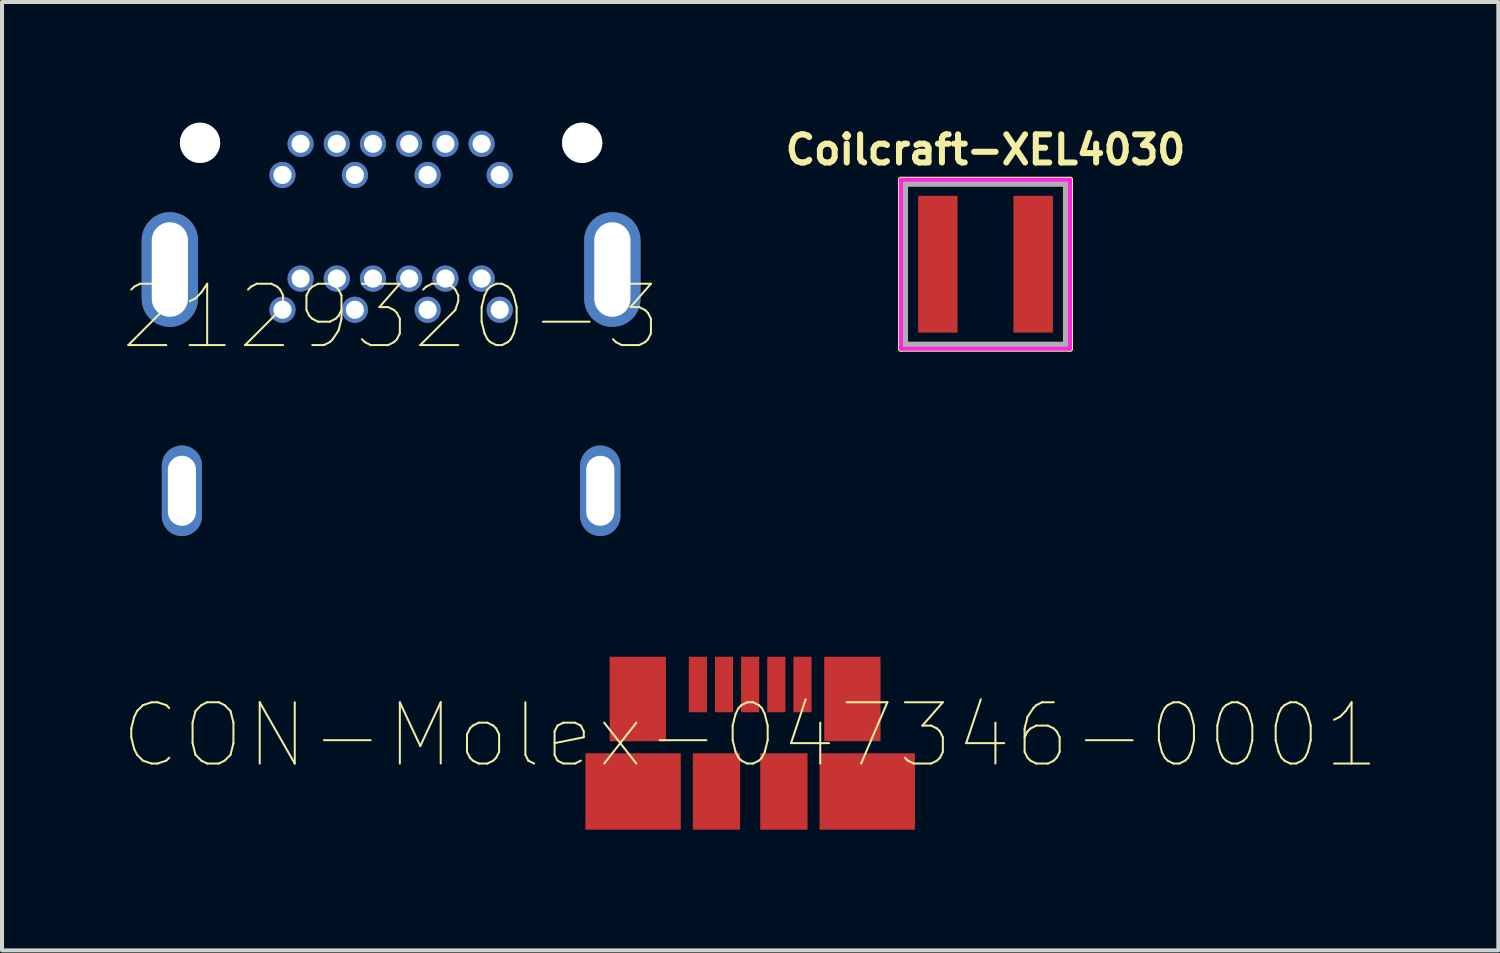
<source format=kicad_pcb>
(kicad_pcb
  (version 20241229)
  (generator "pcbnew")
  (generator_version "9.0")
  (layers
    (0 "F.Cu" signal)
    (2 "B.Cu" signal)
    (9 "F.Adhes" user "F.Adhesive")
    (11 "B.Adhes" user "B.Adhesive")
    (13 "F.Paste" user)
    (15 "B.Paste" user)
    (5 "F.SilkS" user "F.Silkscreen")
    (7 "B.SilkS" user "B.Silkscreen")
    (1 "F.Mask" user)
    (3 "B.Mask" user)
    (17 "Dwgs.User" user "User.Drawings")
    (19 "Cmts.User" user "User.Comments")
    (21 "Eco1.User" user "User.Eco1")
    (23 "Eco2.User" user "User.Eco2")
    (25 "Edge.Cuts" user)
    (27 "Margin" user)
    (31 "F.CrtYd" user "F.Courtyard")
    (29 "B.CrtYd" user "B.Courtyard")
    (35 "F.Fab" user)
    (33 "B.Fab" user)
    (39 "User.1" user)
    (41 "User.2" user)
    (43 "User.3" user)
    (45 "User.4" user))
  (footprint "2129320-3"
    (layer "F.Cu")
    (at 6.672 4.825)
    (property "Reference" "2129320-3" (at 0 0 0) (layer "F.SilkS") (effects (font (size 1.524 1.524) (thickness 0.05))))
    (attr through_hole)
    (pad "1" thru_hole circle (at -2.7 -0.175) (size 0.65 0.65) (drill 0.45) (layers "*.Cu" "*.Mask"))
    (pad "2" thru_hole circle (at -2.7 -3.525) (size 0.65 0.65) (drill 0.45) (layers "*.Cu" "*.Mask"))
    (pad "3" thru_hole circle (at -2.25 -0.95) (size 0.65 0.65) (drill 0.45) (layers "*.Cu" "*.Mask"))
    (pad "4" thru_hole circle (at -2.25 -4.3 90) (size 0.65 0.65) (drill 0.45) (layers "*.Cu" "*.Mask"))
    (pad "5" thru_hole circle (at -1.35 -0.95) (size 0.65 0.65) (drill 0.45) (layers "*.Cu" "*.Mask"))
    (pad "6" thru_hole circle (at -1.35 -4.3) (size 0.65 0.65) (drill 0.45) (layers "*.Cu" "*.Mask"))
    (pad "7" thru_hole circle (at -0.9 -0.175) (size 0.65 0.65) (drill 0.45) (layers "*.Cu" "*.Mask"))
    (pad "8" thru_hole circle (at -0.9 -3.525) (size 0.65 0.65) (drill 0.45) (layers "*.Cu" "*.Mask"))
    (pad "9" thru_hole circle (at -0.45 -0.95) (size 0.65 0.65) (drill 0.45) (layers "*.Cu" "*.Mask"))
    (pad "10" thru_hole circle (at -0.45 -4.3) (size 0.65 0.65) (drill 0.45) (layers "*.Cu" "*.Mask"))
    (pad "11" thru_hole circle (at 0.45 -0.95) (size 0.65 0.65) (drill 0.45) (layers "*.Cu" "*.Mask"))
    (pad "12" thru_hole circle (at 0.45 -4.3) (size 0.65 0.65) (drill 0.45) (layers "*.Cu" "*.Mask"))
    (pad "13" thru_hole circle (at 0.908 -0.175) (size 0.65 0.65) (drill 0.45) (layers "*.Cu" "*.Mask"))
    (pad "14" thru_hole circle (at 0.908 -3.525) (size 0.65 0.65) (drill 0.45) (layers "*.Cu" "*.Mask"))
    (pad "15" thru_hole circle (at 1.35 -0.95) (size 0.65 0.65) (drill 0.45) (layers "*.Cu" "*.Mask"))
    (pad "16" thru_hole circle (at 1.35 -4.3) (size 0.65 0.65) (drill 0.45) (layers "*.Cu" "*.Mask"))
    (pad "17" thru_hole circle (at 2.25 -0.95) (size 0.65 0.65) (drill 0.45) (layers "*.Cu" "*.Mask"))
    (pad "18" thru_hole circle (at 2.25 -4.3) (size 0.65 0.65) (drill 0.45) (layers "*.Cu" "*.Mask"))
    (pad "19" thru_hole circle (at 2.7 -0.175) (size 0.65 0.65) (drill 0.45) (layers "*.Cu" "*.Mask"))
    (pad "20" thru_hole circle (at 2.7 -3.525) (size 0.65 0.65) (drill 0.45) (layers "*.Cu" "*.Mask"))
    (pad "21" thru_hole oval (at -5.5 -1.175 90) (size 2.85 1.4) (drill oval 2.35 0.9) (layers "*.Cu" "*.Mask"))
    (pad "22" thru_hole oval (at -5.2 4.325 90) (size 2.25 1) (drill oval 1.74 0.7) (layers "*.Cu" "*.Mask"))
    (pad "23" thru_hole oval (at 5.2 4.325 90) (size 2.25 1) (drill oval 1.74 0.7) (layers "*.Cu" "*.Mask"))
    (pad "24" thru_hole oval (at 5.5 -1.175 90) (size 2.85 1.4) (drill oval 2.35 0.9) (layers "*.Cu" "*.Mask"))
    (pad "M" thru_hole circle (at -4.75 -4.325) (size 1 1) (drill 1) (layers "*.Cu" "*.Mask"))
    (pad "M" thru_hole circle (at 4.75 -4.325) (size 1 1) (drill 1) (layers "*.Cu" "*.Mask")))
  (footprint "Coilcraft-XEL4030"
    (layer "F.Cu")
    (at 21.448 3.518)
    (property "Reference" "Coilcraft-XEL4030" (at 0 -2.845 0) (layer "F.SilkS") (effects (font (size 0.7 0.7) (thickness 0.15))))
    (attr through_hole)
    (fp_line (start -2.1 -2.1) (end 2.1 -2.1) (stroke (width 0.15) (type solid)) (layer "F.SilkS"))
    (fp_line (start -2.1 2.1) (end -2.1 -2.1) (stroke (width 0.15) (type solid)) (layer "F.SilkS"))
    (fp_line (start -2.1 2.1) (end 2.1 2.1) (stroke (width 0.15) (type solid)) (layer "F.SilkS"))
    (fp_line (start 2.1 2.1) (end 2.1 -2.1) (stroke (width 0.15) (type solid)) (layer "F.SilkS"))
    (fp_line (start -2.1 -2.1) (end -2.1 2.1) (stroke (width 0.1) (type solid)) (layer "F.CrtYd"))
    (fp_line (start -2.1 2.1) (end 2.1 2.1) (stroke (width 0.1) (type solid)) (layer "F.CrtYd"))
    (fp_line (start 2.1 -2.1) (end -2.1 -2.1) (stroke (width 0.1) (type solid)) (layer "F.CrtYd"))
    (fp_line (start 2.1 2.1) (end 2.1 -2.1) (stroke (width 0.1) (type solid)) (layer "F.CrtYd"))
    (fp_line (start -2 -2) (end 2 -2) (stroke (width 0.15) (type solid)) (layer "F.Fab"))
    (fp_line (start -2 2) (end -2 -2) (stroke (width 0.15) (type solid)) (layer "F.Fab"))
    (fp_line (start 2 -2) (end 2 2) (stroke (width 0.15) (type solid)) (layer "F.Fab"))
    (fp_line (start 2 2) (end -2 2) (stroke (width 0.15) (type solid)) (layer "F.Fab"))
    (pad "1" smd rect (at -1.185 0) (size 0.98 3.4) (layers "F.Cu" "F.Mask" "F.Paste"))
    (pad "2" smd rect (at 1.185 0) (size 0.98 3.4) (layers "F.Cu" "F.Mask" "F.Paste")))
  (footprint "CON-Molex-047346-0001"
    (layer "F.Cu")
    (at 15.598 15.228)
    (property "Reference" "CON-Molex-047346-0001" (at 0 0 0) (layer "F.SilkS") (effects (font (size 1.524 1.524) (thickness 0.05))))
    (attr smd)
    (pad "1" smd rect (at -1.3 -1.263 90) (size 1.38 0.45) (layers "F.Cu" "F.Mask" "F.Paste"))
    (pad "2" smd rect (at -0.65 -1.263 90) (size 1.38 0.45) (layers "F.Cu" "F.Mask" "F.Paste"))
    (pad "3" smd rect (at 0 -1.263 90) (size 1.38 0.45) (layers "F.Cu" "F.Mask" "F.Paste"))
    (pad "4" smd rect (at 0.65 -1.263 90) (size 1.38 0.45) (layers "F.Cu" "F.Mask" "F.Paste"))
    (pad "5" smd rect (at 1.3 -1.263 90) (size 1.38 0.45) (layers "F.Cu" "F.Mask" "F.Paste"))
    (pad "S" smd rect (at -2.91 1.397 90) (size 1.9 2.37) (layers "F.Cu" "F.Mask" "F.Paste"))
    (pad "S" smd rect (at -2.794 -0.903 90) (size 2.1 1.4) (layers "F.Cu" "F.Mask" "F.Paste"))
    (pad "S" smd rect (at -0.838 1.397 90) (size 1.9 1.175) (layers "F.Cu" "F.Mask" "F.Paste"))
    (pad "S" smd rect (at 0.838 1.397 90) (size 1.9 1.175) (layers "F.Cu" "F.Mask" "F.Paste"))
    (pad "S" smd rect (at 2.54 -0.903 90) (size 2.1 1.4) (layers "F.Cu" "F.Mask" "F.Paste"))
    (pad "S" smd rect (at 2.91 1.397 90) (size 1.9 2.37) (layers "F.Cu" "F.Mask" "F.Paste")))
  (gr_rect
    (start -3 -3)
    (end 34.196 20.575)
    (stroke (width 0.1) (type default))
    (fill no)
    (layer "Edge.Cuts")))
</source>
